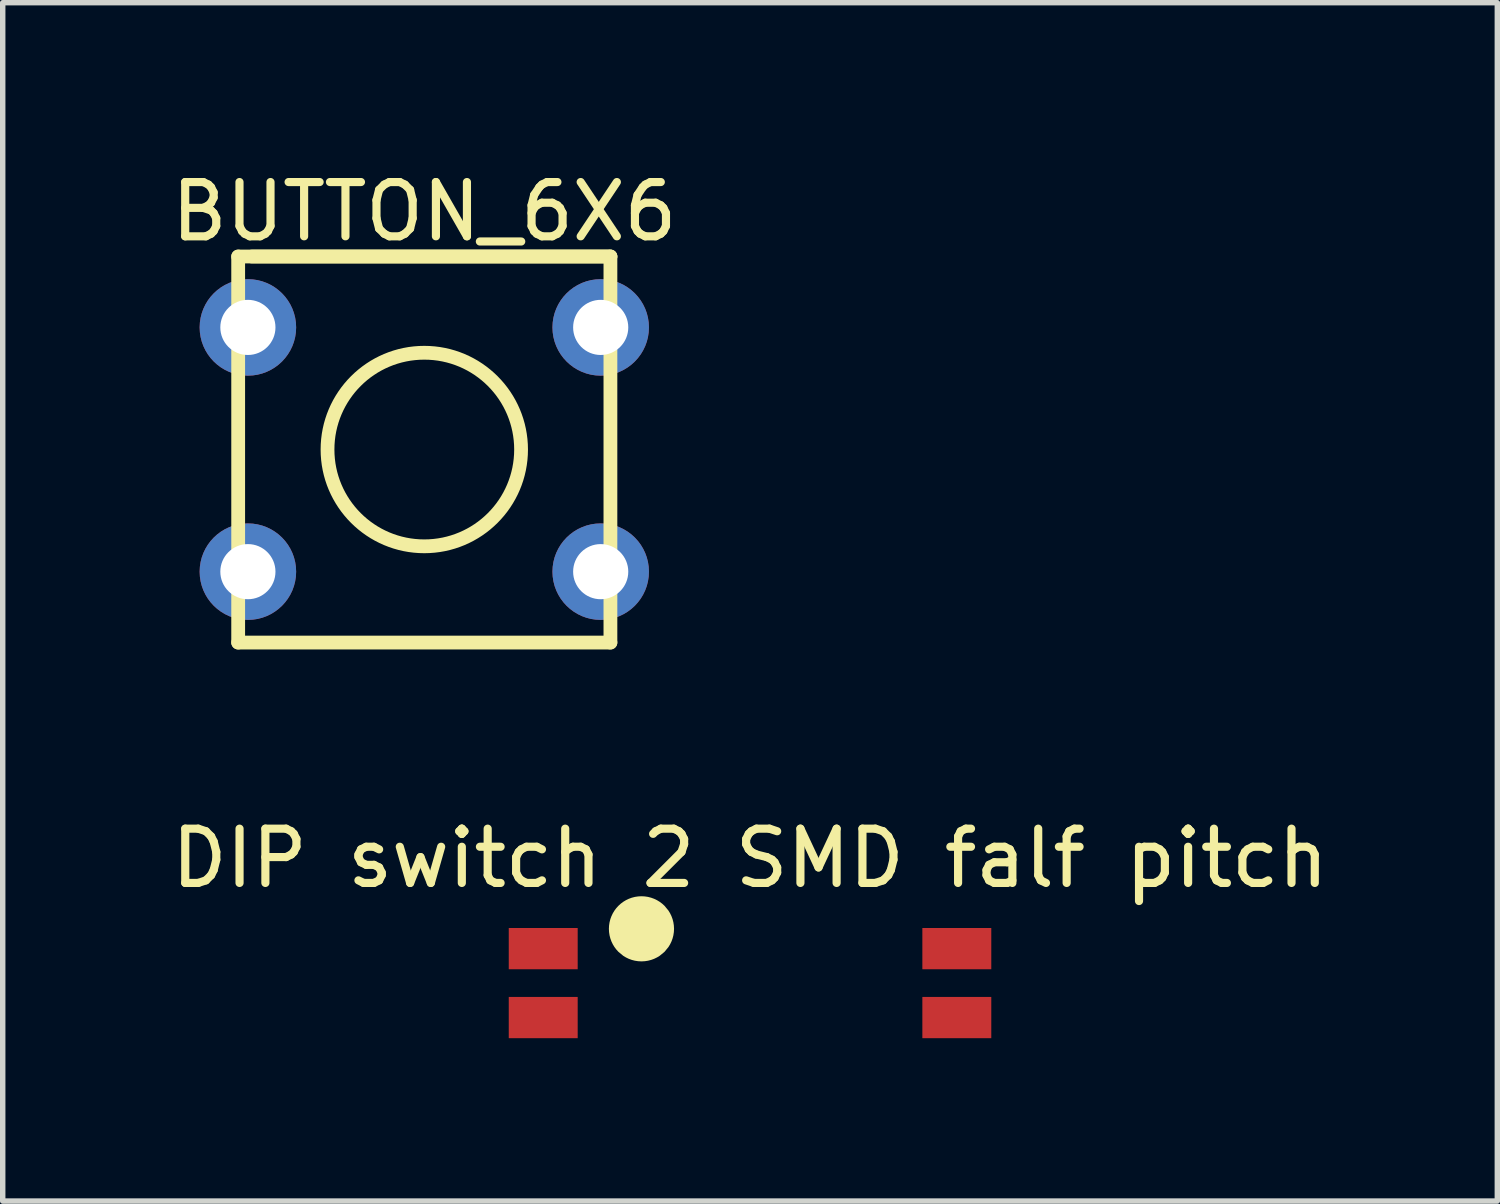
<source format=kicad_pcb>
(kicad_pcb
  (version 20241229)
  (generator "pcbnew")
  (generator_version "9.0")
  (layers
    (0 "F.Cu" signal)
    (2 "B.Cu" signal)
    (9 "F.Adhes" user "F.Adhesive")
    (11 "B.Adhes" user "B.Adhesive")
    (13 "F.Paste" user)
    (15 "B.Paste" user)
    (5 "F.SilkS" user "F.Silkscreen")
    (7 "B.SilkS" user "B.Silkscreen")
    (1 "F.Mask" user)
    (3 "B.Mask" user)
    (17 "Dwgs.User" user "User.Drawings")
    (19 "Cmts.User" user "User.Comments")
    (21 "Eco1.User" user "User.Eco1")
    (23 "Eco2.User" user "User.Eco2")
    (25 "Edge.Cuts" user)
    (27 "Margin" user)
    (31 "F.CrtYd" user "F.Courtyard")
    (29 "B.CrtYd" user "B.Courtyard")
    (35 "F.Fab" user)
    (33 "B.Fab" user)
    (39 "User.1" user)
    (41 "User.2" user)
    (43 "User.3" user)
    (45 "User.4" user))
  (footprint "BUTTON_6X6"
    (layer "F.Cu")
    (at 4.775 5.206)
    (property "Reference" "BUTTON_6X6" (at -0.008 -4.357 0) (layer "F.SilkS") (effects (font (size 1 1) (thickness 0.15))))
    (fp_line (start -3.437 -3.53) (end 3.421 -3.53) (stroke (width 0.254) (type solid)) (layer "F.SilkS"))
    (fp_line (start -3.437 3.582) (end -3.437 -3.53) (stroke (width 0.254) (type solid)) (layer "F.SilkS"))
    (fp_line (start -3.437 3.582) (end 3.421 3.582) (stroke (width 0.254) (type solid)) (layer "F.SilkS"))
    (fp_line (start -3.183 -3.53) (end 3.421 -3.53) (stroke (width 0.254) (type solid)) (layer "F.SilkS"))
    (fp_line (start 3.421 3.582) (end 3.421 -3.53) (stroke (width 0.254) (type solid)) (layer "F.SilkS"))
    (fp_circle (center -0.008 0.026) (end -0.008 -1.757) (stroke (width 0.254) (type solid)) (fill no) (layer "F.SilkS"))
    (pad "1" thru_hole circle (at -3.258 -2.224) (size 1.778 1.778) (drill 1.016) (layers "*.Cu" "*.Mask"))
    (pad "1" thru_hole circle (at 3.242 -2.224) (size 1.778 1.778) (drill 1.016) (layers "*.Cu" "*.Mask"))
    (pad "2" thru_hole circle (at -3.258 2.276) (size 1.778 1.778) (drill 1.016) (layers "*.Cu" "*.Mask"))
    (pad "2" thru_hole circle (at 3.242 2.276) (size 1.778 1.778) (drill 1.016) (layers "*.Cu" "*.Mask")))
  (footprint "DIP switch 2 SMD falf pitch"
    (layer "F.Cu")
    (at 10.768 15.062)
    (property "Reference" "DIP switch 2 SMD falf pitch" (at 0 -2.3 0) (layer "F.SilkS") (effects (font (size 1 1) (thickness 0.15))))
    (fp_circle (center -2 -1) (end -2 -1.3) (stroke (width 0.6) (type solid)) (fill no) (layer "F.SilkS"))
    (pad "1" smd rect (at -3.81 -0.635) (size 1.27 0.76) (layers "F.Cu" "F.Mask" "F.Paste"))
    (pad "2" smd rect (at -3.81 0.635) (size 1.27 0.76) (layers "F.Cu" "F.Mask" "F.Paste"))
    (pad "3" smd rect (at 3.81 0.635) (size 1.27 0.76) (layers "F.Cu" "F.Mask" "F.Paste"))
    (pad "4" smd rect (at 3.81 -0.635) (size 1.27 0.76) (layers "F.Cu" "F.Mask" "F.Paste")))
  (gr_rect
    (start -3 -3)
    (end 24.536 19.078)
    (stroke (width 0.1) (type default))
    (fill no)
    (layer "Edge.Cuts")))
</source>
